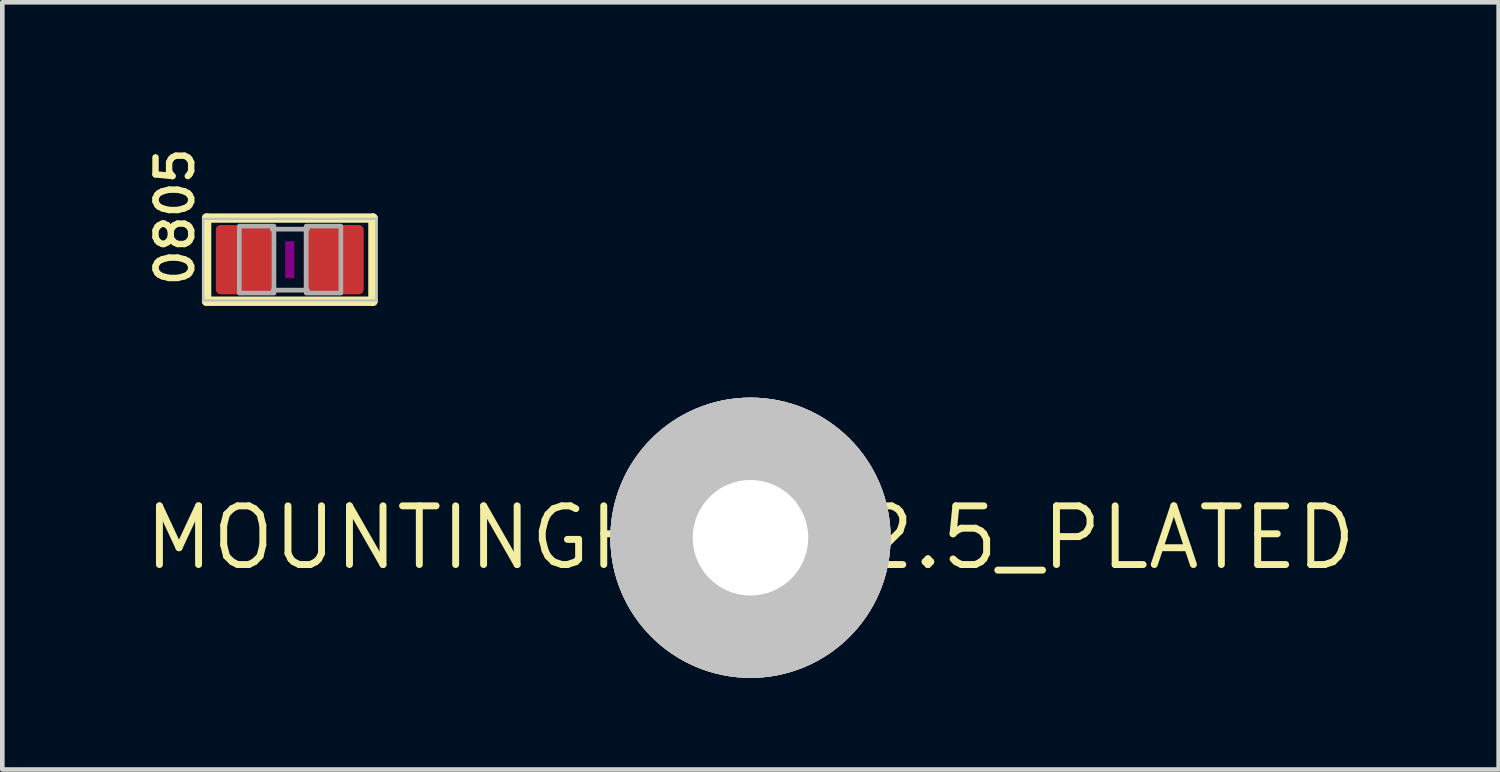
<source format=kicad_pcb>
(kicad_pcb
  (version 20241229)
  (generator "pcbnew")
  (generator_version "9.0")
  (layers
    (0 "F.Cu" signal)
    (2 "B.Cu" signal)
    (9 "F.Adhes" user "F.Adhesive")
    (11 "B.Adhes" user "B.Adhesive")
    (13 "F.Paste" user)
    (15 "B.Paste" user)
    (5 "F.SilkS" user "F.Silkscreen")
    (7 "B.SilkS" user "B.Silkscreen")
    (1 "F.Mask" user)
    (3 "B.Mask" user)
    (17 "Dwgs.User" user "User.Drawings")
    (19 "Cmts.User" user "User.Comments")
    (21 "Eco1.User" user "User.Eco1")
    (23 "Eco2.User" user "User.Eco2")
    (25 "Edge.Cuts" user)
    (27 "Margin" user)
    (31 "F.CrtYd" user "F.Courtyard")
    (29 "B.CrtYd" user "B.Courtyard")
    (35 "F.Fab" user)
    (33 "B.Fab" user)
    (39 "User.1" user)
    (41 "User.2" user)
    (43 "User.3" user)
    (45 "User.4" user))
  (footprint "MOUNTINGHOLE_2.5_PLATED"
    (layer "F.Cu")
    (at 13.191 8.587)
    (property "Reference" "MOUNTINGHOLE_2.5_PLATED" (at 0 0 0) (layer "F.SilkS") (effects (font (size 1.27 1.27) (thickness 0.15))))
    (attr through_hole)
    (fp_circle (center 0 0) (end 1.75 0) (stroke (width 0.203) (type solid)) (fill no) (layer "F.SilkS"))
    (fp_circle (center 0 0) (end 1 0) (stroke (width 2.032) (type solid)) (fill no) (layer "Dwgs.User"))
    (fp_circle (center 0 0) (end 1 0) (stroke (width 2.032) (type solid)) (fill no) (layer "Dwgs.User"))
    (fp_circle (center 0 0) (end 1 0) (stroke (width 2.032) (type solid)) (fill no) (layer "Dwgs.User"))
    (fp_circle (center 0 0) (end 1 0) (stroke (width 2.032) (type solid)) (fill no) (layer "Dwgs.User"))
    (pad "P$1" thru_hole circle (at 0 0) (size 3.2 3.2) (drill 2.5) (layers "*.Cu" "*.Mask")))
  (footprint "0805"
    (layer "F.Cu")
    (at 3.221 2.569)
    (property "Reference" "0805" (at -2.032 0.635 270) (layer "F.SilkS") (effects (font (size 0.772 0.772) (thickness 0.139)) (justify left bottom)))
    (attr through_hole)
    (fp_line (start -1.8 -0.9) (end 1.8 -0.9) (stroke (width 0.203) (type solid)) (layer "F.SilkS"))
    (fp_line (start -1.8 0.9) (end -1.8 -0.9) (stroke (width 0.203) (type solid)) (layer "F.SilkS"))
    (fp_line (start 1.8 -0.9) (end 1.8 0.9) (stroke (width 0.203) (type solid)) (layer "F.SilkS"))
    (fp_line (start 1.8 0.9) (end -1.8 0.9) (stroke (width 0.203) (type solid)) (layer "F.SilkS"))
    (fp_poly (pts (xy -0.1 0.4) (xy 0.1 0.4) (xy 0.1 -0.4) (xy -0.1 -0.4)) (stroke (width 0) (type solid)) (fill yes) (layer "F.Adhes"))
    (fp_line (start -1.873 -0.883) (end 1.873 -0.883) (stroke (width 0.051) (type solid)) (layer "Dwgs.User"))
    (fp_line (start -1.873 0.883) (end -1.873 -0.883) (stroke (width 0.051) (type solid)) (layer "Dwgs.User"))
    (fp_line (start 1.873 -0.883) (end 1.873 0.883) (stroke (width 0.051) (type solid)) (layer "Dwgs.User"))
    (fp_line (start 1.873 0.883) (end -1.873 0.883) (stroke (width 0.051) (type solid)) (layer "Dwgs.User"))
    (fp_line (start -0.381 -0.66) (end 0.381 -0.66) (stroke (width 0.102) (type solid)) (layer "F.Fab"))
    (fp_line (start -0.356 0.66) (end 0.381 0.66) (stroke (width 0.102) (type solid)) (layer "F.Fab"))
    (fp_poly (pts (xy -1.092 0.724) (xy -0.342 0.724) (xy -0.342 -0.726) (xy -1.092 -0.726)) (stroke (width 0.1) (type solid)) (fill no) (layer "F.Fab"))
    (fp_poly (pts (xy 0.356 0.724) (xy 1.106 0.724) (xy 1.106 -0.726) (xy 0.356 -0.726)) (stroke (width 0.1) (type solid)) (fill no) (layer "F.Fab"))
    (pad "1" smd roundrect (at -0.95 0) (size 1.3 1.5) (layers "F.Cu" "F.Mask" "F.Paste") (roundrect_rratio 0.078))
    (pad "2" smd roundrect (at 0.95 0) (size 1.3 1.5) (layers "F.Cu" "F.Mask" "F.Paste") (roundrect_rratio 0.078)))
  (gr_rect
    (start -3 -3)
    (end 29.382 13.603)
    (stroke (width 0.1) (type default))
    (fill no)
    (layer "Edge.Cuts")))
</source>
